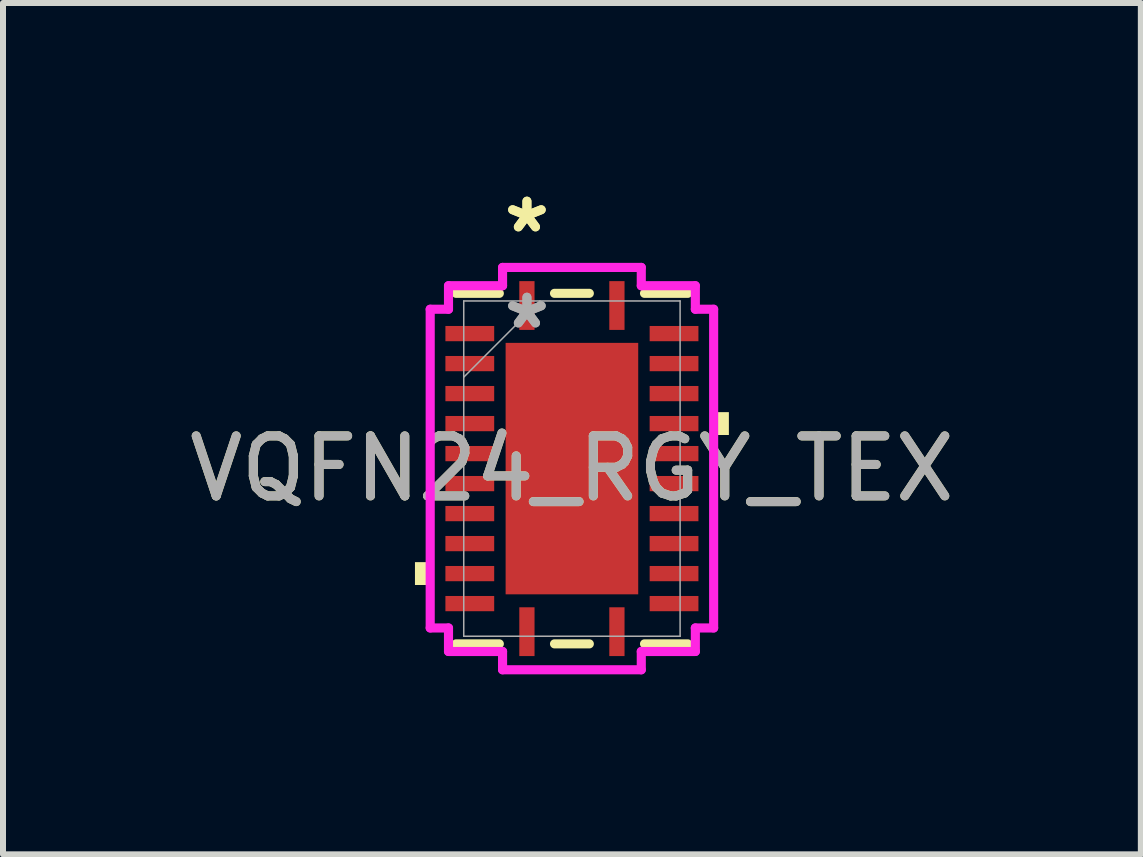
<source format=kicad_pcb>
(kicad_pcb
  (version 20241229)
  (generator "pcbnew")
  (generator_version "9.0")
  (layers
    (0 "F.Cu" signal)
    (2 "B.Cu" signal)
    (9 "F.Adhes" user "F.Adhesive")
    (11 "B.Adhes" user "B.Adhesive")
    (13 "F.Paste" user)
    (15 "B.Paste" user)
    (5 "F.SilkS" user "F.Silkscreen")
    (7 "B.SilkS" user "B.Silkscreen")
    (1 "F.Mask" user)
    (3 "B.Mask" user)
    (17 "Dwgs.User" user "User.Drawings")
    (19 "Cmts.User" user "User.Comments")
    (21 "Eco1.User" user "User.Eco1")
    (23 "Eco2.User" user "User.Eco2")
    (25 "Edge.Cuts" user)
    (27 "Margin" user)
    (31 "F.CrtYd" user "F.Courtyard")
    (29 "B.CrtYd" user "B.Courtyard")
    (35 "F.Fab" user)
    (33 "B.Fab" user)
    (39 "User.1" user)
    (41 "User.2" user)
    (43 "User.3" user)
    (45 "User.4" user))
  (footprint "VQFN24_RGY_TEX"
    (layer "F.Cu")
    (at 6.482 4.76)
    (property "Reference" "VQFN24_RGY_TEX" (at 0 0 0) (unlocked yes) (layer "F.SilkS") (effects (font (size 1 1) (thickness 0.15))))
    (attr smd)
    (fp_line (start -1.93 2.921) (end -1.21 2.921) (stroke (width 0.152) (type solid)) (layer "F.SilkS"))
    (fp_line (start -1.21 -2.921) (end -1.93 -2.921) (stroke (width 0.152) (type solid)) (layer "F.SilkS"))
    (fp_line (start -0.29 2.921) (end 0.29 2.921) (stroke (width 0.152) (type solid)) (layer "F.SilkS"))
    (fp_line (start 0.29 -2.921) (end -0.29 -2.921) (stroke (width 0.152) (type solid)) (layer "F.SilkS"))
    (fp_line (start 1.21 2.921) (end 1.93 2.921) (stroke (width 0.152) (type solid)) (layer "F.SilkS"))
    (fp_line (start 1.93 -2.921) (end 1.21 -2.921) (stroke (width 0.152) (type solid)) (layer "F.SilkS"))
    (fp_poly (pts (xy -2.616 1.559) (xy -2.616 1.94) (xy -2.362 1.94) (xy -2.362 1.559)) (stroke (width 0) (type solid)) (fill yes) (layer "F.SilkS"))
    (fp_poly (pts (xy 2.616 -0.941) (xy 2.616 -0.56) (xy 2.362 -0.56) (xy 2.362 -0.941)) (stroke (width 0) (type solid)) (fill yes) (layer "F.SilkS"))
    (fp_poly (pts (xy -1.005 -1.996) (xy -1.005 -0.798) (xy 1.005 -0.798) (xy 1.005 -1.996)) (stroke (width 0) (type solid)) (fill yes) (layer "F.Paste"))
    (fp_poly (pts (xy -1.005 -0.599) (xy -1.005 0.599) (xy 1.005 0.599) (xy 1.005 -0.599)) (stroke (width 0) (type solid)) (fill yes) (layer "F.Paste"))
    (fp_poly (pts (xy -1.005 0.798) (xy -1.005 1.996) (xy 1.005 1.996) (xy 1.005 0.798)) (stroke (width 0) (type solid)) (fill yes) (layer "F.Paste"))
    (fp_line (start -2.362 -2.656) (end -2.057 -2.656) (stroke (width 0.152) (type solid)) (layer "F.CrtYd"))
    (fp_line (start -2.362 2.656) (end -2.362 -2.656) (stroke (width 0.152) (type solid)) (layer "F.CrtYd"))
    (fp_line (start -2.057 -3.048) (end -1.156 -3.048) (stroke (width 0.152) (type solid)) (layer "F.CrtYd"))
    (fp_line (start -2.057 -2.656) (end -2.057 -3.048) (stroke (width 0.152) (type solid)) (layer "F.CrtYd"))
    (fp_line (start -2.057 2.656) (end -2.362 2.656) (stroke (width 0.152) (type solid)) (layer "F.CrtYd"))
    (fp_line (start -2.057 3.048) (end -2.057 2.656) (stroke (width 0.152) (type solid)) (layer "F.CrtYd"))
    (fp_line (start -2.057 3.048) (end -1.156 3.048) (stroke (width 0.152) (type solid)) (layer "F.CrtYd"))
    (fp_line (start -1.156 -3.353) (end 1.156 -3.353) (stroke (width 0.152) (type solid)) (layer "F.CrtYd"))
    (fp_line (start -1.156 -3.048) (end -1.156 -3.353) (stroke (width 0.152) (type solid)) (layer "F.CrtYd"))
    (fp_line (start -1.156 3.048) (end -1.156 3.353) (stroke (width 0.152) (type solid)) (layer "F.CrtYd"))
    (fp_line (start -1.156 3.353) (end 1.156 3.353) (stroke (width 0.152) (type solid)) (layer "F.CrtYd"))
    (fp_line (start 1.156 -3.353) (end 1.156 -3.048) (stroke (width 0.152) (type solid)) (layer "F.CrtYd"))
    (fp_line (start 1.156 -3.048) (end 2.057 -3.048) (stroke (width 0.152) (type solid)) (layer "F.CrtYd"))
    (fp_line (start 1.156 3.048) (end 2.057 3.048) (stroke (width 0.152) (type solid)) (layer "F.CrtYd"))
    (fp_line (start 1.156 3.353) (end 1.156 3.048) (stroke (width 0.152) (type solid)) (layer "F.CrtYd"))
    (fp_line (start 2.057 -2.656) (end 2.057 -3.048) (stroke (width 0.152) (type solid)) (layer "F.CrtYd"))
    (fp_line (start 2.057 2.656) (end 2.362 2.656) (stroke (width 0.152) (type solid)) (layer "F.CrtYd"))
    (fp_line (start 2.057 3.048) (end 2.057 2.656) (stroke (width 0.152) (type solid)) (layer "F.CrtYd"))
    (fp_line (start 2.362 -2.656) (end 2.057 -2.656) (stroke (width 0.152) (type solid)) (layer "F.CrtYd"))
    (fp_line (start 2.362 2.656) (end 2.362 -2.656) (stroke (width 0.152) (type solid)) (layer "F.CrtYd"))
    (fp_line (start -1.803 -2.794) (end -1.803 2.794) (stroke (width 0.025) (type solid)) (layer "F.Fab"))
    (fp_line (start -1.803 -1.524) (end -0.533 -2.794) (stroke (width 0.025) (type solid)) (layer "F.Fab"))
    (fp_line (start -1.803 2.794) (end 1.803 2.794) (stroke (width 0.025) (type solid)) (layer "F.Fab"))
    (fp_line (start 1.803 -2.794) (end -1.803 -2.794) (stroke (width 0.025) (type solid)) (layer "F.Fab"))
    (fp_line (start 1.803 2.794) (end 1.803 -2.794) (stroke (width 0.025) (type solid)) (layer "F.Fab"))
    (fp_text user "*" (at -0.75 -3.912 0) (layer "F.SilkS") (effects (font (size 1 1) (thickness 0.15))))
    (fp_text user "*" (at -0.75 -3.912 0) (unlocked yes) (layer "F.SilkS") (effects (font (size 1 1) (thickness 0.15))))
    (fp_text user "*" (at -0.75 -2.311 0) (unlocked yes) (layer "F.Fab") (effects (font (size 1 1) (thickness 0.15))))
    (fp_text user "${REFERENCE}" (at 0 0 0) (unlocked yes) (layer "F.Fab") (effects (font (size 1 1) (thickness 0.15))))
    (fp_text user "*" (at -0.75 -2.311 0) (layer "F.Fab") (effects (font (size 1 1) (thickness 0.15))))
    (pad "1" smd rect (at -0.75 -2.718) (size 0.254 0.813) (layers "F.Cu" "F.Mask" "F.Paste"))
    (pad "2" smd rect (at -1.702 -2.25 90) (size 0.254 0.813) (layers "F.Cu" "F.Mask" "F.Paste"))
    (pad "3" smd rect (at -1.702 -1.75 90) (size 0.254 0.813) (layers "F.Cu" "F.Mask" "F.Paste"))
    (pad "4" smd rect (at -1.702 -1.25 90) (size 0.254 0.813) (layers "F.Cu" "F.Mask" "F.Paste"))
    (pad "5" smd rect (at -1.702 -0.75 90) (size 0.254 0.813) (layers "F.Cu" "F.Mask" "F.Paste"))
    (pad "6" smd rect (at -1.702 -0.25 90) (size 0.254 0.813) (layers "F.Cu" "F.Mask" "F.Paste"))
    (pad "7" smd rect (at -1.702 0.25 90) (size 0.254 0.813) (layers "F.Cu" "F.Mask" "F.Paste"))
    (pad "8" smd rect (at -1.702 0.75 90) (size 0.254 0.813) (layers "F.Cu" "F.Mask" "F.Paste"))
    (pad "9" smd rect (at -1.702 1.25 90) (size 0.254 0.813) (layers "F.Cu" "F.Mask" "F.Paste"))
    (pad "10" smd rect (at -1.702 1.75 90) (size 0.254 0.813) (layers "F.Cu" "F.Mask" "F.Paste"))
    (pad "11" smd rect (at -1.702 2.25 90) (size 0.254 0.813) (layers "F.Cu" "F.Mask" "F.Paste"))
    (pad "12" smd rect (at -0.75 2.718) (size 0.254 0.813) (layers "F.Cu" "F.Mask" "F.Paste"))
    (pad "13" smd rect (at 0.75 2.718) (size 0.254 0.813) (layers "F.Cu" "F.Mask" "F.Paste"))
    (pad "14" smd rect (at 1.702 2.25 90) (size 0.254 0.813) (layers "F.Cu" "F.Mask" "F.Paste"))
    (pad "15" smd rect (at 1.702 1.75 90) (size 0.254 0.813) (layers "F.Cu" "F.Mask" "F.Paste"))
    (pad "16" smd rect (at 1.702 1.25 90) (size 0.254 0.813) (layers "F.Cu" "F.Mask" "F.Paste"))
    (pad "17" smd rect (at 1.702 0.75 90) (size 0.254 0.813) (layers "F.Cu" "F.Mask" "F.Paste"))
    (pad "18" smd rect (at 1.702 0.25 90) (size 0.254 0.813) (layers "F.Cu" "F.Mask" "F.Paste"))
    (pad "19" smd rect (at 1.702 -0.25 90) (size 0.254 0.813) (layers "F.Cu" "F.Mask" "F.Paste"))
    (pad "20" smd rect (at 1.702 -0.75 90) (size 0.254 0.813) (layers "F.Cu" "F.Mask" "F.Paste"))
    (pad "21" smd rect (at 1.702 -1.25 90) (size 0.254 0.813) (layers "F.Cu" "F.Mask" "F.Paste"))
    (pad "22" smd rect (at 1.702 -1.75 90) (size 0.254 0.813) (layers "F.Cu" "F.Mask" "F.Paste"))
    (pad "23" smd rect (at 1.702 -2.25 90) (size 0.254 0.813) (layers "F.Cu" "F.Mask" "F.Paste"))
    (pad "24" smd rect (at 0.75 -2.718) (size 0.254 0.813) (layers "F.Cu" "F.Mask" "F.Paste"))
    (pad "25" smd rect (at 0 0) (size 2.21 4.191) (layers "F.Cu" "F.Mask" "F.Paste")))
  (gr_rect
    (start -3 -3)
    (end 15.964 11.189)
    (stroke (width 0.1) (type default))
    (fill no)
    (layer "Edge.Cuts")))
</source>
